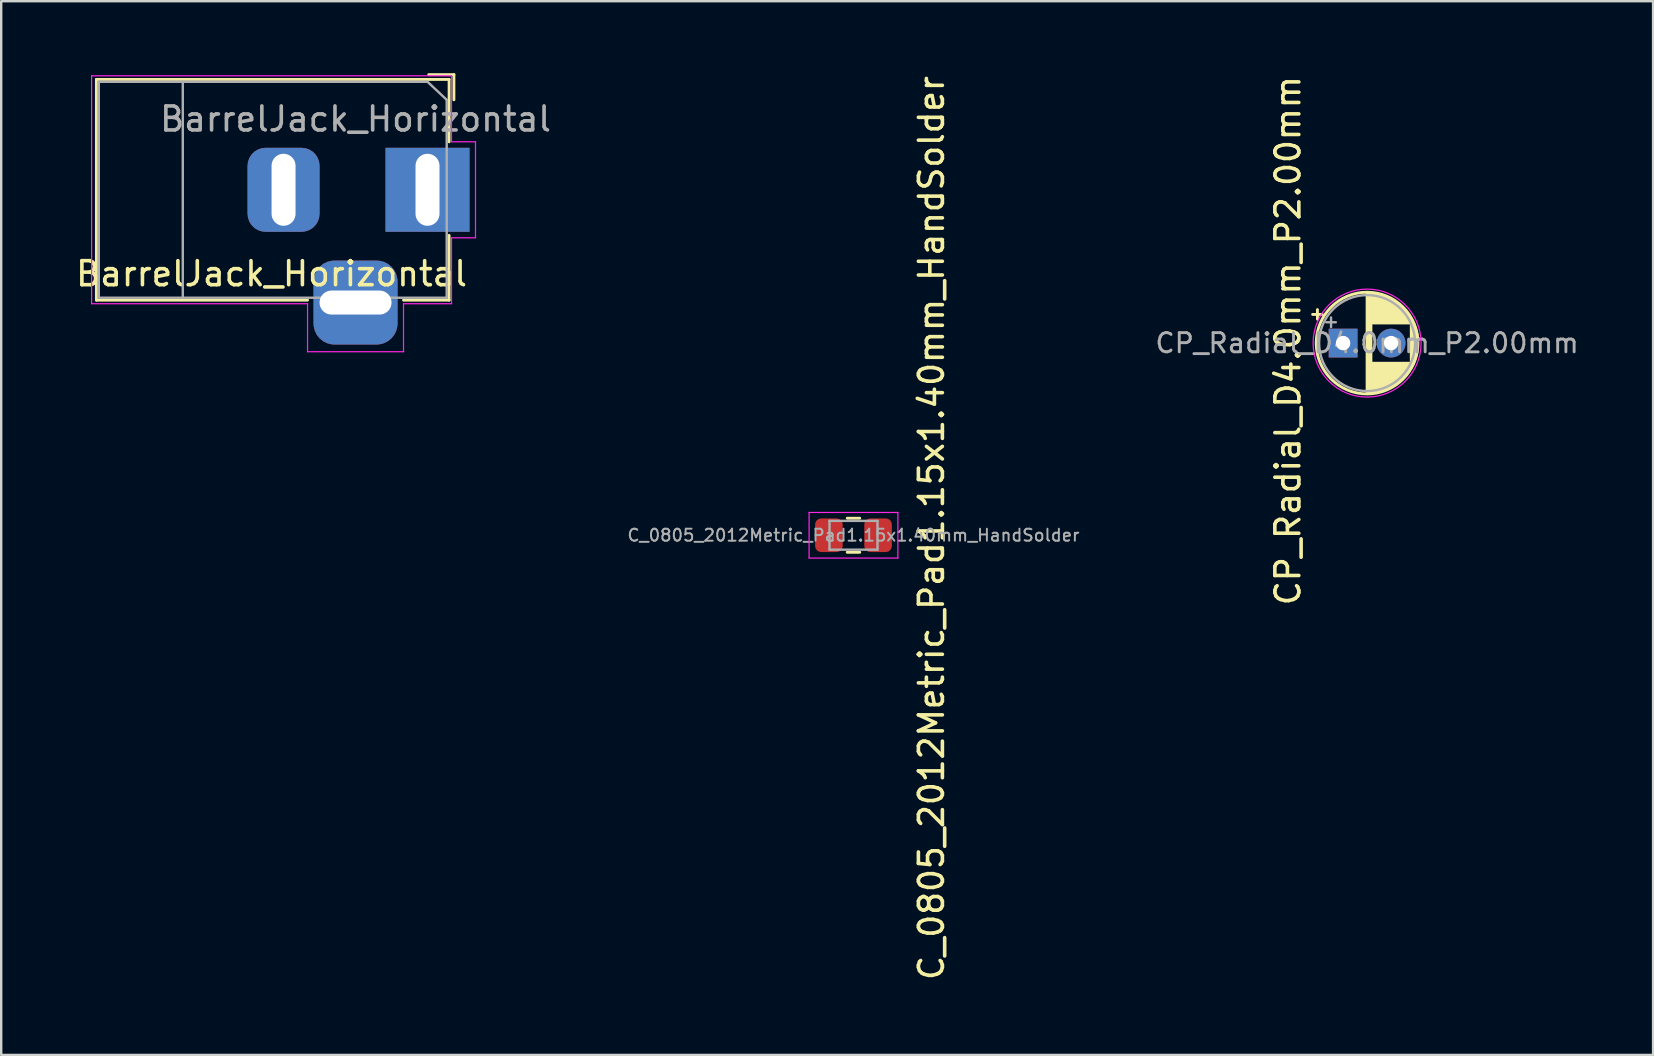
<source format=kicad_pcb>
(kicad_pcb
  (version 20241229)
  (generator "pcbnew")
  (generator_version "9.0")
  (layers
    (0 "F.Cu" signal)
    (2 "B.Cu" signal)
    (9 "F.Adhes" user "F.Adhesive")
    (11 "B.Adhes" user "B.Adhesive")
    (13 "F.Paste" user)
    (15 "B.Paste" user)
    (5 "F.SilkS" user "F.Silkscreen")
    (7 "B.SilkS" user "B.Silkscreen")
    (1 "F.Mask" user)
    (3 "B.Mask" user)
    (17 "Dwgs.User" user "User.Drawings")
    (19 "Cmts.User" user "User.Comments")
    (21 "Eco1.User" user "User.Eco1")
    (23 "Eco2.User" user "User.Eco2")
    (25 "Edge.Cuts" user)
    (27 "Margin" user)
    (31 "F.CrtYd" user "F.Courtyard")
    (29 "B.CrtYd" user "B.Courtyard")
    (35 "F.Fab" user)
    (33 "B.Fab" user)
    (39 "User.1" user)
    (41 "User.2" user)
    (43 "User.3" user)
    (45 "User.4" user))
  (footprint "C_0805_2012Metric_Pad1.15x1.40mm_HandSolder"
    (layer "F.Cu")
    (at 32.522 19.258)
    (property "Reference" "C_0805_2012Metric_Pad1.15x1.40mm_HandSolder" (at 3.25 -0.3 90) (layer "F.SilkS") (effects (font (size 1 1) (thickness 0.15))))
    (attr smd)
    (fp_line (start -0.261 -0.71) (end 0.261 -0.71) (stroke (width 0.12) (type solid)) (layer "F.SilkS"))
    (fp_line (start -0.261 0.71) (end 0.261 0.71) (stroke (width 0.12) (type solid)) (layer "F.SilkS"))
    (fp_line (start -1.85 -0.95) (end 1.85 -0.95) (stroke (width 0.05) (type solid)) (layer "F.CrtYd"))
    (fp_line (start -1.85 0.95) (end -1.85 -0.95) (stroke (width 0.05) (type solid)) (layer "F.CrtYd"))
    (fp_line (start 1.85 -0.95) (end 1.85 0.95) (stroke (width 0.05) (type solid)) (layer "F.CrtYd"))
    (fp_line (start 1.85 0.95) (end -1.85 0.95) (stroke (width 0.05) (type solid)) (layer "F.CrtYd"))
    (fp_line (start -1 -0.6) (end 1 -0.6) (stroke (width 0.1) (type solid)) (layer "F.Fab"))
    (fp_line (start -1 0.6) (end -1 -0.6) (stroke (width 0.1) (type solid)) (layer "F.Fab"))
    (fp_line (start 1 -0.6) (end 1 0.6) (stroke (width 0.1) (type solid)) (layer "F.Fab"))
    (fp_line (start 1 0.6) (end -1 0.6) (stroke (width 0.1) (type solid)) (layer "F.Fab"))
    (fp_text user "${REFERENCE}" (at 0 0 0) (layer "F.Fab") (effects (font (size 0.5 0.5) (thickness 0.08))))
    (pad "1" smd roundrect (at -1.025 0) (size 1.15 1.4) (layers "F.Cu" "F.Mask" "F.Paste") (roundrect_rratio 0.217))
    (pad "2" smd roundrect (at 1.025 0) (size 1.15 1.4) (layers "F.Cu" "F.Mask" "F.Paste") (roundrect_rratio 0.217)))
  (footprint "BarrelJack_Horizontal"
    (layer "F.Cu")
    (at 14.768 4.86)
    (property "Reference" "BarrelJack_Horizontal" (at -6.5 3.5 0) (layer "F.SilkS") (effects (font (size 1 1) (thickness 0.15))))
    (attr through_hole)
    (fp_line (start -13.8 -4.6) (end 0.9 -4.6) (stroke (width 0.12) (type solid)) (layer "F.SilkS"))
    (fp_line (start -13.8 4.6) (end -13.8 -4.6) (stroke (width 0.12) (type solid)) (layer "F.SilkS"))
    (fp_line (start -5 4.6) (end -13.8 4.6) (stroke (width 0.12) (type solid)) (layer "F.SilkS"))
    (fp_line (start 0.05 -4.8) (end 1.1 -4.8) (stroke (width 0.12) (type solid)) (layer "F.SilkS"))
    (fp_line (start 0.9 -4.6) (end 0.9 -2) (stroke (width 0.12) (type solid)) (layer "F.SilkS"))
    (fp_line (start 0.9 1.9) (end 0.9 4.6) (stroke (width 0.12) (type solid)) (layer "F.SilkS"))
    (fp_line (start 0.9 4.6) (end -1 4.6) (stroke (width 0.12) (type solid)) (layer "F.SilkS"))
    (fp_line (start 1.1 -3.75) (end 1.1 -4.8) (stroke (width 0.12) (type solid)) (layer "F.SilkS"))
    (fp_line (start -14 4.75) (end -14 -4.75) (stroke (width 0.05) (type solid)) (layer "F.CrtYd"))
    (fp_line (start -5 4.75) (end -14 4.75) (stroke (width 0.05) (type solid)) (layer "F.CrtYd"))
    (fp_line (start -5 6.75) (end -5 4.75) (stroke (width 0.05) (type solid)) (layer "F.CrtYd"))
    (fp_line (start -1 4.75) (end -1 6.75) (stroke (width 0.05) (type solid)) (layer "F.CrtYd"))
    (fp_line (start -1 6.75) (end -5 6.75) (stroke (width 0.05) (type solid)) (layer "F.CrtYd"))
    (fp_line (start 1 -4.75) (end -14 -4.75) (stroke (width 0.05) (type solid)) (layer "F.CrtYd"))
    (fp_line (start 1 -4.5) (end 1 -4.75) (stroke (width 0.05) (type solid)) (layer "F.CrtYd"))
    (fp_line (start 1 -4.5) (end 1 -2) (stroke (width 0.05) (type solid)) (layer "F.CrtYd"))
    (fp_line (start 1 -2) (end 2 -2) (stroke (width 0.05) (type solid)) (layer "F.CrtYd"))
    (fp_line (start 1 2) (end 1 4.75) (stroke (width 0.05) (type solid)) (layer "F.CrtYd"))
    (fp_line (start 1 4.75) (end -1 4.75) (stroke (width 0.05) (type solid)) (layer "F.CrtYd"))
    (fp_line (start 2 -2) (end 2 2) (stroke (width 0.05) (type solid)) (layer "F.CrtYd"))
    (fp_line (start 2 2) (end 1 2) (stroke (width 0.05) (type solid)) (layer "F.CrtYd"))
    (fp_line (start -13.7 -4.5) (end -13.7 4.5) (stroke (width 0.1) (type solid)) (layer "F.Fab"))
    (fp_line (start -13.7 4.5) (end 0.8 4.5) (stroke (width 0.1) (type solid)) (layer "F.Fab"))
    (fp_line (start -10.2 -4.5) (end -10.2 4.5) (stroke (width 0.1) (type solid)) (layer "F.Fab"))
    (fp_line (start -0.003 -4.505) (end 0.8 -3.75) (stroke (width 0.1) (type solid)) (layer "F.Fab"))
    (fp_line (start 0 -4.5) (end -13.7 -4.5) (stroke (width 0.1) (type solid)) (layer "F.Fab"))
    (fp_line (start 0.8 4.5) (end 0.8 -3.75) (stroke (width 0.1) (type solid)) (layer "F.Fab"))
    (fp_text user "${REFERENCE}" (at -3 -2.95 0) (layer "F.Fab") (effects (font (size 1 1) (thickness 0.15))))
    (pad "1" thru_hole rect (at 0 0) (size 3.5 3.5) (drill oval 1 3) (layers "*.Cu" "*.Mask"))
    (pad "2" thru_hole roundrect (at -6 0) (size 3 3.5) (drill oval 1 3) (layers "*.Cu" "*.Mask") (roundrect_rratio 0.25))
    (pad "3" thru_hole roundrect (at -3 4.7) (size 3.5 3.5) (drill oval 3 1) (layers "*.Cu" "*.Mask") (roundrect_rratio 0.25)))
  (footprint "CP_Radial_D4.0mm_P2.00mm"
    (layer "F.Cu")
    (at 52.928 11.249)
    (property "Reference" "CP_Radial_D4.0mm_P2.00mm" (at -2.3 -0.1 90) (layer "F.SilkS") (effects (font (size 1 1) (thickness 0.15))))
    (attr through_hole)
    (fp_line (start -1.27 -1.195) (end -0.87 -1.195) (stroke (width 0.12) (type solid)) (layer "F.SilkS"))
    (fp_line (start -1.07 -1.395) (end -1.07 -0.995) (stroke (width 0.12) (type solid)) (layer "F.SilkS"))
    (fp_line (start 1 -2.08) (end 1 2.08) (stroke (width 0.12) (type solid)) (layer "F.SilkS"))
    (fp_line (start 1.04 -2.08) (end 1.04 2.08) (stroke (width 0.12) (type solid)) (layer "F.SilkS"))
    (fp_line (start 1.08 -2.079) (end 1.08 2.079) (stroke (width 0.12) (type solid)) (layer "F.SilkS"))
    (fp_line (start 1.12 -2.077) (end 1.12 2.077) (stroke (width 0.12) (type solid)) (layer "F.SilkS"))
    (fp_line (start 1.16 -2.074) (end 1.16 2.074) (stroke (width 0.12) (type solid)) (layer "F.SilkS"))
    (fp_line (start 1.2 -2.071) (end 1.2 -0.84) (stroke (width 0.12) (type solid)) (layer "F.SilkS"))
    (fp_line (start 1.2 0.84) (end 1.2 2.071) (stroke (width 0.12) (type solid)) (layer "F.SilkS"))
    (fp_line (start 1.24 -2.067) (end 1.24 -0.84) (stroke (width 0.12) (type solid)) (layer "F.SilkS"))
    (fp_line (start 1.24 0.84) (end 1.24 2.067) (stroke (width 0.12) (type solid)) (layer "F.SilkS"))
    (fp_line (start 1.28 -2.062) (end 1.28 -0.84) (stroke (width 0.12) (type solid)) (layer "F.SilkS"))
    (fp_line (start 1.28 0.84) (end 1.28 2.062) (stroke (width 0.12) (type solid)) (layer "F.SilkS"))
    (fp_line (start 1.32 -2.056) (end 1.32 -0.84) (stroke (width 0.12) (type solid)) (layer "F.SilkS"))
    (fp_line (start 1.32 0.84) (end 1.32 2.056) (stroke (width 0.12) (type solid)) (layer "F.SilkS"))
    (fp_line (start 1.36 -2.05) (end 1.36 -0.84) (stroke (width 0.12) (type solid)) (layer "F.SilkS"))
    (fp_line (start 1.36 0.84) (end 1.36 2.05) (stroke (width 0.12) (type solid)) (layer "F.SilkS"))
    (fp_line (start 1.4 -2.042) (end 1.4 -0.84) (stroke (width 0.12) (type solid)) (layer "F.SilkS"))
    (fp_line (start 1.4 0.84) (end 1.4 2.042) (stroke (width 0.12) (type solid)) (layer "F.SilkS"))
    (fp_line (start 1.44 -2.034) (end 1.44 -0.84) (stroke (width 0.12) (type solid)) (layer "F.SilkS"))
    (fp_line (start 1.44 0.84) (end 1.44 2.034) (stroke (width 0.12) (type solid)) (layer "F.SilkS"))
    (fp_line (start 1.48 -2.025) (end 1.48 -0.84) (stroke (width 0.12) (type solid)) (layer "F.SilkS"))
    (fp_line (start 1.48 0.84) (end 1.48 2.025) (stroke (width 0.12) (type solid)) (layer "F.SilkS"))
    (fp_line (start 1.52 -2.016) (end 1.52 -0.84) (stroke (width 0.12) (type solid)) (layer "F.SilkS"))
    (fp_line (start 1.52 0.84) (end 1.52 2.016) (stroke (width 0.12) (type solid)) (layer "F.SilkS"))
    (fp_line (start 1.56 -2.005) (end 1.56 -0.84) (stroke (width 0.12) (type solid)) (layer "F.SilkS"))
    (fp_line (start 1.56 0.84) (end 1.56 2.005) (stroke (width 0.12) (type solid)) (layer "F.SilkS"))
    (fp_line (start 1.6 -1.994) (end 1.6 -0.84) (stroke (width 0.12) (type solid)) (layer "F.SilkS"))
    (fp_line (start 1.6 0.84) (end 1.6 1.994) (stroke (width 0.12) (type solid)) (layer "F.SilkS"))
    (fp_line (start 1.64 -1.982) (end 1.64 -0.84) (stroke (width 0.12) (type solid)) (layer "F.SilkS"))
    (fp_line (start 1.64 0.84) (end 1.64 1.982) (stroke (width 0.12) (type solid)) (layer "F.SilkS"))
    (fp_line (start 1.68 -1.968) (end 1.68 -0.84) (stroke (width 0.12) (type solid)) (layer "F.SilkS"))
    (fp_line (start 1.68 0.84) (end 1.68 1.968) (stroke (width 0.12) (type solid)) (layer "F.SilkS"))
    (fp_line (start 1.721 -1.954) (end 1.721 -0.84) (stroke (width 0.12) (type solid)) (layer "F.SilkS"))
    (fp_line (start 1.721 0.84) (end 1.721 1.954) (stroke (width 0.12) (type solid)) (layer "F.SilkS"))
    (fp_line (start 1.761 -1.94) (end 1.761 -0.84) (stroke (width 0.12) (type solid)) (layer "F.SilkS"))
    (fp_line (start 1.761 0.84) (end 1.761 1.94) (stroke (width 0.12) (type solid)) (layer "F.SilkS"))
    (fp_line (start 1.801 -1.924) (end 1.801 -0.84) (stroke (width 0.12) (type solid)) (layer "F.SilkS"))
    (fp_line (start 1.801 0.84) (end 1.801 1.924) (stroke (width 0.12) (type solid)) (layer "F.SilkS"))
    (fp_line (start 1.841 -1.907) (end 1.841 -0.84) (stroke (width 0.12) (type solid)) (layer "F.SilkS"))
    (fp_line (start 1.841 0.84) (end 1.841 1.907) (stroke (width 0.12) (type solid)) (layer "F.SilkS"))
    (fp_line (start 1.881 -1.889) (end 1.881 -0.84) (stroke (width 0.12) (type solid)) (layer "F.SilkS"))
    (fp_line (start 1.881 0.84) (end 1.881 1.889) (stroke (width 0.12) (type solid)) (layer "F.SilkS"))
    (fp_line (start 1.921 -1.87) (end 1.921 -0.84) (stroke (width 0.12) (type solid)) (layer "F.SilkS"))
    (fp_line (start 1.921 0.84) (end 1.921 1.87) (stroke (width 0.12) (type solid)) (layer "F.SilkS"))
    (fp_line (start 1.961 -1.851) (end 1.961 -0.84) (stroke (width 0.12) (type solid)) (layer "F.SilkS"))
    (fp_line (start 1.961 0.84) (end 1.961 1.851) (stroke (width 0.12) (type solid)) (layer "F.SilkS"))
    (fp_line (start 2.001 -1.83) (end 2.001 -0.84) (stroke (width 0.12) (type solid)) (layer "F.SilkS"))
    (fp_line (start 2.001 0.84) (end 2.001 1.83) (stroke (width 0.12) (type solid)) (layer "F.SilkS"))
    (fp_line (start 2.041 -1.808) (end 2.041 -0.84) (stroke (width 0.12) (type solid)) (layer "F.SilkS"))
    (fp_line (start 2.041 0.84) (end 2.041 1.808) (stroke (width 0.12) (type solid)) (layer "F.SilkS"))
    (fp_line (start 2.081 -1.785) (end 2.081 -0.84) (stroke (width 0.12) (type solid)) (layer "F.SilkS"))
    (fp_line (start 2.081 0.84) (end 2.081 1.785) (stroke (width 0.12) (type solid)) (layer "F.SilkS"))
    (fp_line (start 2.121 -1.76) (end 2.121 -0.84) (stroke (width 0.12) (type solid)) (layer "F.SilkS"))
    (fp_line (start 2.121 0.84) (end 2.121 1.76) (stroke (width 0.12) (type solid)) (layer "F.SilkS"))
    (fp_line (start 2.161 -1.735) (end 2.161 -0.84) (stroke (width 0.12) (type solid)) (layer "F.SilkS"))
    (fp_line (start 2.161 0.84) (end 2.161 1.735) (stroke (width 0.12) (type solid)) (layer "F.SilkS"))
    (fp_line (start 2.201 -1.708) (end 2.201 -0.84) (stroke (width 0.12) (type solid)) (layer "F.SilkS"))
    (fp_line (start 2.201 0.84) (end 2.201 1.708) (stroke (width 0.12) (type solid)) (layer "F.SilkS"))
    (fp_line (start 2.241 -1.68) (end 2.241 -0.84) (stroke (width 0.12) (type solid)) (layer "F.SilkS"))
    (fp_line (start 2.241 0.84) (end 2.241 1.68) (stroke (width 0.12) (type solid)) (layer "F.SilkS"))
    (fp_line (start 2.281 -1.65) (end 2.281 -0.84) (stroke (width 0.12) (type solid)) (layer "F.SilkS"))
    (fp_line (start 2.281 0.84) (end 2.281 1.65) (stroke (width 0.12) (type solid)) (layer "F.SilkS"))
    (fp_line (start 2.321 -1.619) (end 2.321 -0.84) (stroke (width 0.12) (type solid)) (layer "F.SilkS"))
    (fp_line (start 2.321 0.84) (end 2.321 1.619) (stroke (width 0.12) (type solid)) (layer "F.SilkS"))
    (fp_line (start 2.361 -1.587) (end 2.361 -0.84) (stroke (width 0.12) (type solid)) (layer "F.SilkS"))
    (fp_line (start 2.361 0.84) (end 2.361 1.587) (stroke (width 0.12) (type solid)) (layer "F.SilkS"))
    (fp_line (start 2.401 -1.552) (end 2.401 -0.84) (stroke (width 0.12) (type solid)) (layer "F.SilkS"))
    (fp_line (start 2.401 0.84) (end 2.401 1.552) (stroke (width 0.12) (type solid)) (layer "F.SilkS"))
    (fp_line (start 2.441 -1.516) (end 2.441 -0.84) (stroke (width 0.12) (type solid)) (layer "F.SilkS"))
    (fp_line (start 2.441 0.84) (end 2.441 1.516) (stroke (width 0.12) (type solid)) (layer "F.SilkS"))
    (fp_line (start 2.481 -1.478) (end 2.481 -0.84) (stroke (width 0.12) (type solid)) (layer "F.SilkS"))
    (fp_line (start 2.481 0.84) (end 2.481 1.478) (stroke (width 0.12) (type solid)) (layer "F.SilkS"))
    (fp_line (start 2.521 -1.438) (end 2.521 -0.84) (stroke (width 0.12) (type solid)) (layer "F.SilkS"))
    (fp_line (start 2.521 0.84) (end 2.521 1.438) (stroke (width 0.12) (type solid)) (layer "F.SilkS"))
    (fp_line (start 2.561 -1.396) (end 2.561 -0.84) (stroke (width 0.12) (type solid)) (layer "F.SilkS"))
    (fp_line (start 2.561 0.84) (end 2.561 1.396) (stroke (width 0.12) (type solid)) (layer "F.SilkS"))
    (fp_line (start 2.601 -1.351) (end 2.601 -0.84) (stroke (width 0.12) (type solid)) (layer "F.SilkS"))
    (fp_line (start 2.601 0.84) (end 2.601 1.351) (stroke (width 0.12) (type solid)) (layer "F.SilkS"))
    (fp_line (start 2.641 -1.304) (end 2.641 -0.84) (stroke (width 0.12) (type solid)) (layer "F.SilkS"))
    (fp_line (start 2.641 0.84) (end 2.641 1.304) (stroke (width 0.12) (type solid)) (layer "F.SilkS"))
    (fp_line (start 2.681 -1.254) (end 2.681 -0.84) (stroke (width 0.12) (type solid)) (layer "F.SilkS"))
    (fp_line (start 2.681 0.84) (end 2.681 1.254) (stroke (width 0.12) (type solid)) (layer "F.SilkS"))
    (fp_line (start 2.721 -1.2) (end 2.721 -0.84) (stroke (width 0.12) (type solid)) (layer "F.SilkS"))
    (fp_line (start 2.721 0.84) (end 2.721 1.2) (stroke (width 0.12) (type solid)) (layer "F.SilkS"))
    (fp_line (start 2.761 -1.142) (end 2.761 -0.84) (stroke (width 0.12) (type solid)) (layer "F.SilkS"))
    (fp_line (start 2.761 0.84) (end 2.761 1.142) (stroke (width 0.12) (type solid)) (layer "F.SilkS"))
    (fp_line (start 2.801 -1.08) (end 2.801 -0.84) (stroke (width 0.12) (type solid)) (layer "F.SilkS"))
    (fp_line (start 2.801 0.84) (end 2.801 1.08) (stroke (width 0.12) (type solid)) (layer "F.SilkS"))
    (fp_line (start 2.841 -1.013) (end 2.841 1.013) (stroke (width 0.12) (type solid)) (layer "F.SilkS"))
    (fp_line (start 2.881 -0.94) (end 2.881 0.94) (stroke (width 0.12) (type solid)) (layer "F.SilkS"))
    (fp_line (start 2.921 -0.859) (end 2.921 0.859) (stroke (width 0.12) (type solid)) (layer "F.SilkS"))
    (fp_line (start 2.961 -0.768) (end 2.961 0.768) (stroke (width 0.12) (type solid)) (layer "F.SilkS"))
    (fp_line (start 3.001 -0.664) (end 3.001 0.664) (stroke (width 0.12) (type solid)) (layer "F.SilkS"))
    (fp_line (start 3.041 -0.537) (end 3.041 0.537) (stroke (width 0.12) (type solid)) (layer "F.SilkS"))
    (fp_line (start 3.081 -0.37) (end 3.081 0.37) (stroke (width 0.12) (type solid)) (layer "F.SilkS"))
    (fp_circle (center 1 0) (end 3.12 0) (stroke (width 0.12) (type solid)) (fill no) (layer "F.SilkS"))
    (fp_circle (center 1 0) (end 3.25 0) (stroke (width 0.05) (type solid)) (fill no) (layer "F.CrtYd"))
    (fp_line (start -0.703 -0.868) (end -0.303 -0.868) (stroke (width 0.1) (type solid)) (layer "F.Fab"))
    (fp_line (start -0.503 -1.067) (end -0.503 -0.667) (stroke (width 0.1) (type solid)) (layer "F.Fab"))
    (fp_circle (center 1 0) (end 3 0) (stroke (width 0.1) (type solid)) (fill no) (layer "F.Fab"))
    (fp_text user "${REFERENCE}" (at 1 0 0) (layer "F.Fab") (effects (font (size 0.8 0.8) (thickness 0.12))))
    (pad "1" thru_hole rect (at 0 0) (size 1.2 1.2) (drill 0.6) (layers "*.Cu" "*.Mask"))
    (pad "2" thru_hole circle (at 2 0) (size 1.2 1.2) (drill 0.6) (layers "*.Cu" "*.Mask")))
  (gr_rect
    (start -3 -3)
    (end 65.847 40.917)
    (stroke (width 0.1) (type default))
    (fill no)
    (layer "Edge.Cuts")))
</source>
